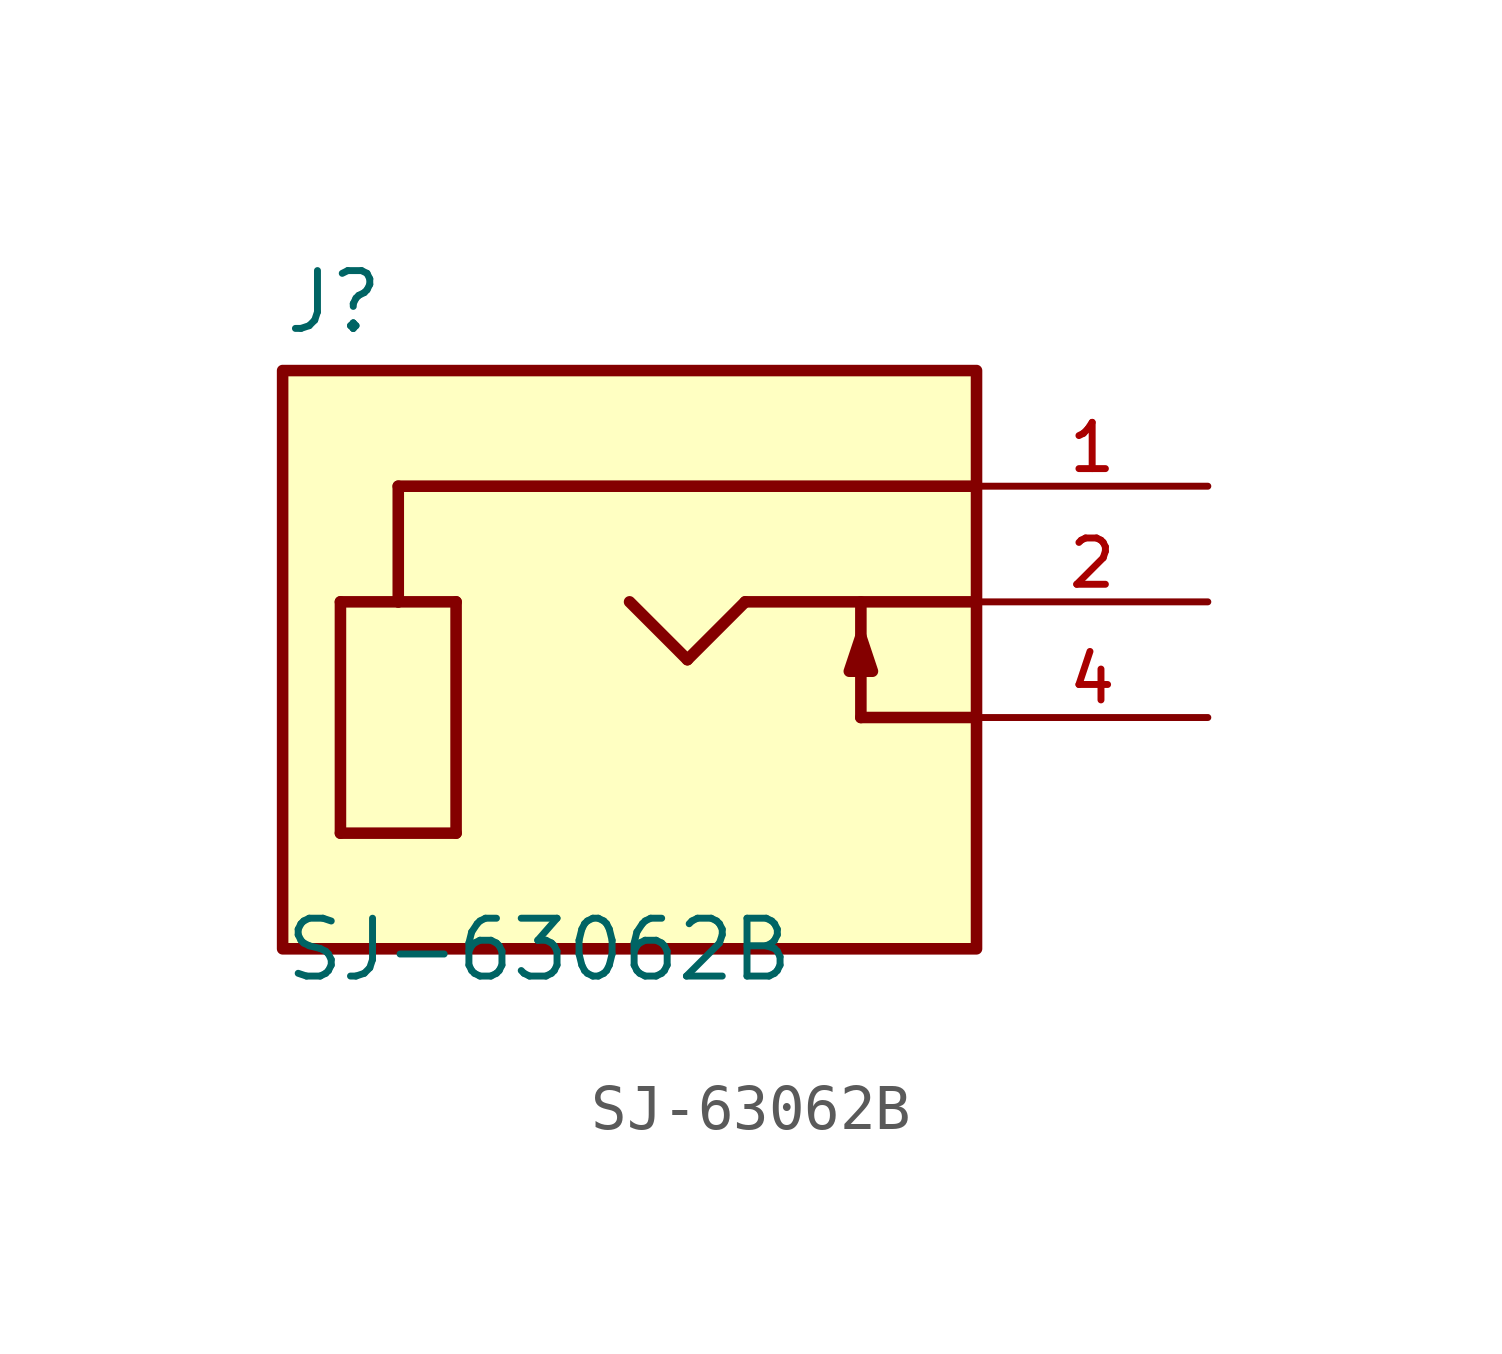
<source format=kicad_sym>
(kicad_symbol_lib
  (version 20211014)
  (generator kicad_symbol_editor)
  (symbol "SJ-63062B"
    (pin_names
      (offset 1.016) hide)
    (property "Reference" "J"
      (at -7.62 5.842 0)
      (effects (font (size 1.27 1.27)) (justify left bottom)))
    (property "Value" "SJ-63062B"
      (at -7.62 -8.382 0)
      (effects (font (size 1.27 1.27)) (justify left bottom)))
    (property "ki_locked" ""
      (at 0 0 0)
      (effects (font (size 1.27 1.27))))
    (symbol "SJ-63062B_0_0"
      (rectangle (start -7.62 -7.62) (end 7.62 5.08) (stroke (width 0.254) (type default) (color 0 0 0 0)) (fill (type background)))
      (polyline (pts (xy -6.35 -5.08) (xy -6.35 0)) (stroke (width 0.254) (type default) (color 0 0 0 0)) (fill (type none)))
      (polyline (pts (xy -6.35 0) (xy -5.08 0)) (stroke (width 0.254) (type default) (color 0 0 0 0)) (fill (type none)))
      (polyline (pts (xy -5.08 0) (xy -5.08 2.54)) (stroke (width 0.254) (type default) (color 0 0 0 0)) (fill (type none)))
      (polyline (pts (xy -5.08 0) (xy -3.81 0)) (stroke (width 0.254) (type default) (color 0 0 0 0)) (fill (type none)))
      (polyline (pts (xy -5.08 2.54) (xy 7.62 2.54)) (stroke (width 0.254) (type default) (color 0 0 0 0)) (fill (type none)))
      (polyline (pts (xy -3.81 -5.08) (xy -6.35 -5.08)) (stroke (width 0.254) (type default) (color 0 0 0 0)) (fill (type none)))
      (polyline (pts (xy -3.81 0) (xy -3.81 -5.08)) (stroke (width 0.254) (type default) (color 0 0 0 0)) (fill (type none)))
      (polyline (pts (xy 0 0) (xy 1.27 -1.27)) (stroke (width 0.254) (type default) (color 0 0 0 0)) (fill (type none)))
      (polyline (pts (xy 1.27 -1.27) (xy 2.54 0)) (stroke (width 0.254) (type default) (color 0 0 0 0)) (fill (type none)))
      (polyline (pts (xy 2.54 0) (xy 7.62 0)) (stroke (width 0.254) (type default) (color 0 0 0 0)) (fill (type none)))
      (polyline (pts (xy 5.08 -2.54) (xy 5.08 0)) (stroke (width 0.254) (type default) (color 0 0 0 0)) (fill (type none)))
      (polyline (pts (xy 5.08 -2.54) (xy 7.62 -2.54)) (stroke (width 0.254) (type default) (color 0 0 0 0)) (fill (type none)))
      (polyline (pts (xy 5.08 -0.762) (xy 5.334 -1.524) (xy 4.826 -1.524) (xy 5.08 -0.762)) (stroke (width 0.254) (type default) (color 0 0 0 0)) (fill (type background)))
      (pin passive line (at 12.7 2.54 180) (length 5.08) (name "~" (effects (font (size 1.016 1.016)))) (number "1" (effects (font (size 1.016 1.016)))))
      (pin passive line (at 12.7 0 180) (length 5.08) (name "~" (effects (font (size 1.016 1.016)))) (number "2" (effects (font (size 1.016 1.016)))))
      (pin passive line (at 12.7 -2.54 180) (length 5.08) (name "~" (effects (font (size 1.016 1.016)))) (number "4" (effects (font (size 1.016 1.016))))))))
</source>
